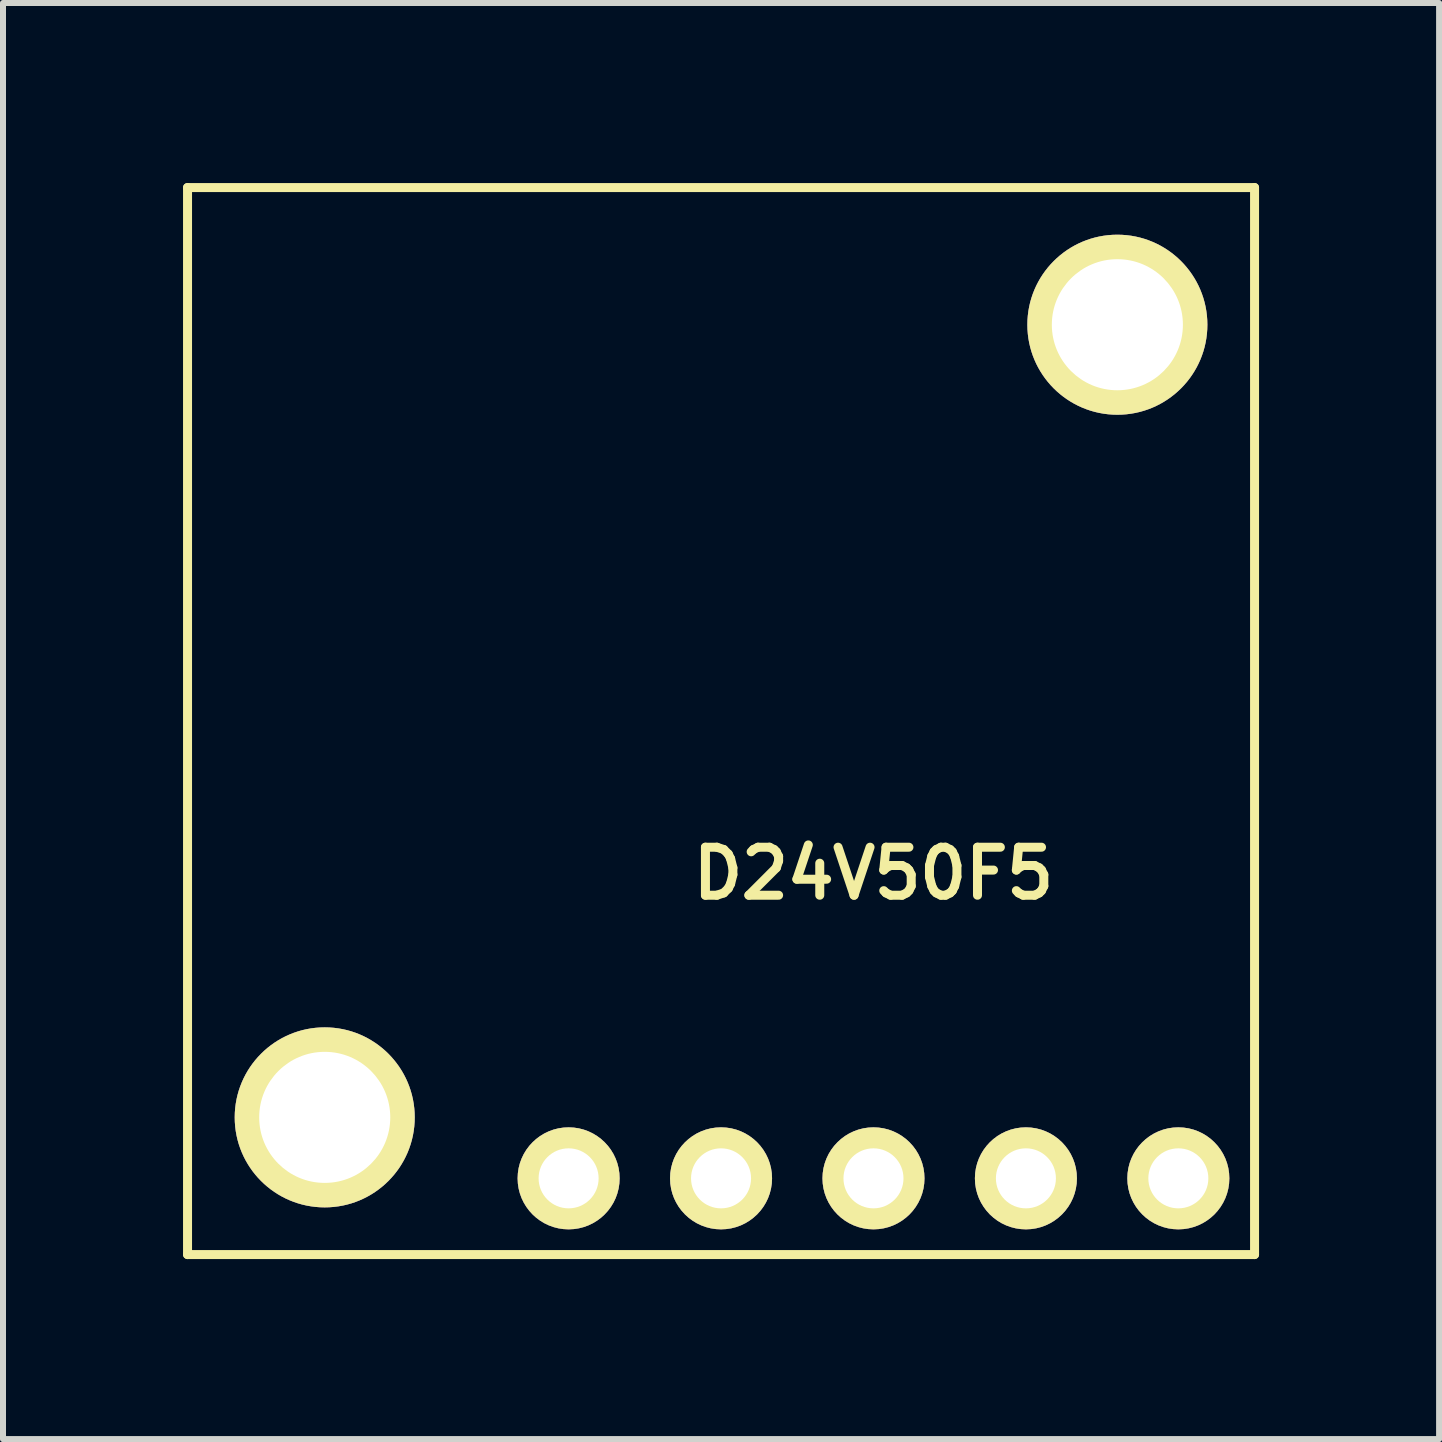
<source format=kicad_pcb>
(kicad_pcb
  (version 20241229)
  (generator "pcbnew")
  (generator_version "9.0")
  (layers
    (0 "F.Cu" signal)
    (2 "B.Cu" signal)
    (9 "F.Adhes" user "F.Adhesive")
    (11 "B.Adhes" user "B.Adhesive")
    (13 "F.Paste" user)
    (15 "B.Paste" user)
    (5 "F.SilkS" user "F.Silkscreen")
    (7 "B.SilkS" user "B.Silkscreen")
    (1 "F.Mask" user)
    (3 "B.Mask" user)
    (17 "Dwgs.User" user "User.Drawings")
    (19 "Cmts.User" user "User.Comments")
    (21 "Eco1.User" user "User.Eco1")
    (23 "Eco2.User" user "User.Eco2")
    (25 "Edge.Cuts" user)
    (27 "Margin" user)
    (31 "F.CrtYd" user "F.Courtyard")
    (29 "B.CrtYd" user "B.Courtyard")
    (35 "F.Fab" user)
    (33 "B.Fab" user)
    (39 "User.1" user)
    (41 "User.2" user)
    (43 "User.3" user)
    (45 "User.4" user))
  (footprint "D24V50F5"
    (layer "F.Cu")
    (at 11.505 16.585)
    (property "Reference" "D24V50F5" (at 0 -5.08 0) (layer "F.SilkS") (effects (font (size 0.8 0.8) (thickness 0.15))))
    (attr through_hole)
    (fp_line (start -11.43 -16.51) (end 6.35 -16.51) (stroke (width 0.15) (type solid)) (layer "F.SilkS"))
    (fp_line (start -11.43 1.27) (end -11.43 -16.51) (stroke (width 0.15) (type solid)) (layer "F.SilkS"))
    (fp_line (start 6.35 1.27) (end -11.43 1.27) (stroke (width 0.15) (type solid)) (layer "F.SilkS"))
    (fp_line (start 6.35 1.27) (end 6.35 -16.51) (stroke (width 0.15) (type solid)) (layer "F.SilkS"))
    (pad "" thru_hole circle (at -9.144 -1.016) (size 3 3) (drill 2.184) (layers "*.Cu" "*.Mask" "F.SilkS"))
    (pad "" thru_hole circle (at 4.064 -14.224) (size 3 3) (drill 2.184) (layers "*.Cu" "*.Mask" "F.SilkS"))
    (pad "1" thru_hole circle (at -5.08 0) (size 1.7 1.7) (drill 1) (layers "*.Cu" "*.Mask" "F.SilkS"))
    (pad "2" thru_hole circle (at -2.54 0) (size 1.7 1.7) (drill 1) (layers "*.Cu" "*.Mask" "F.SilkS"))
    (pad "3" thru_hole circle (at 0 0) (size 1.7 1.7) (drill 1) (layers "*.Cu" "*.Mask" "F.SilkS"))
    (pad "4" thru_hole circle (at 2.54 0) (size 1.7 1.7) (drill 1) (layers "*.Cu" "*.Mask" "F.SilkS"))
    (pad "5" thru_hole circle (at 5.08 0) (size 1.7 1.7) (drill 1) (layers "*.Cu" "*.Mask" "F.SilkS")))
  (gr_rect
    (start -3 -3)
    (end 20.93 20.93)
    (stroke (width 0.1) (type default))
    (fill no)
    (layer "Edge.Cuts")))
</source>
